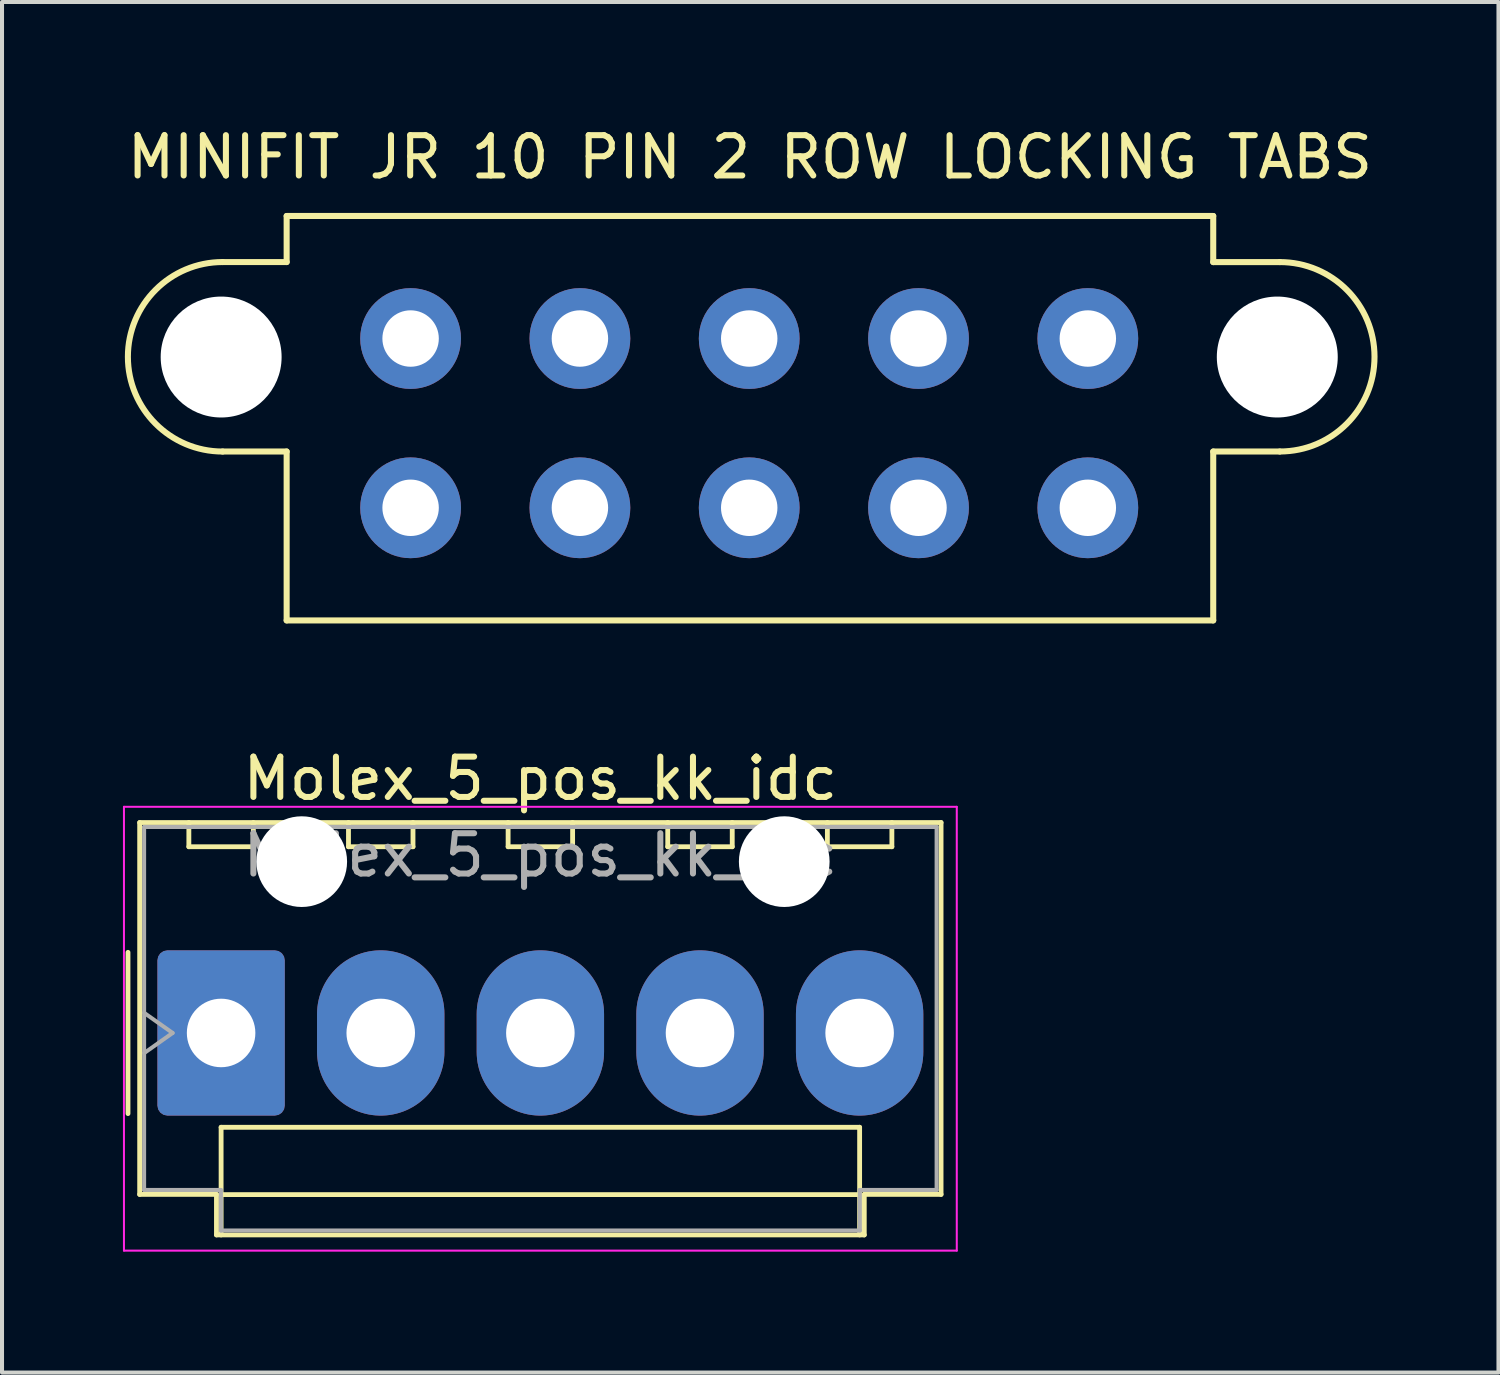
<source format=kicad_pcb>
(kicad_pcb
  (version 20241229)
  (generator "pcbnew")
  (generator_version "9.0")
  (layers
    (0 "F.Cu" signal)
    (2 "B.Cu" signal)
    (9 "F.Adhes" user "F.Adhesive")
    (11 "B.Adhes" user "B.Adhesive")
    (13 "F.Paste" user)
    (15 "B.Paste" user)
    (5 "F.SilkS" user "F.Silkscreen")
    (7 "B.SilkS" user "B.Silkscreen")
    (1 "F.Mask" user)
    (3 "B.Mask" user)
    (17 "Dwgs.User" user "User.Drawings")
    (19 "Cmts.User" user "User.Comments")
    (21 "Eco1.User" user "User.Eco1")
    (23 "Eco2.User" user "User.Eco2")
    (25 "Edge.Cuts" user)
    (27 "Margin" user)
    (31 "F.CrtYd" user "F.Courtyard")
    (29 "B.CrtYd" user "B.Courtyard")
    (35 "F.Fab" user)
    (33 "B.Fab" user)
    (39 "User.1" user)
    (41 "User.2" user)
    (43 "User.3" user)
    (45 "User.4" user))
  (footprint "MINIFIT JR 10 PIN 2 ROW LOCKING TABS"
    (layer "F.Cu")
    (at 15.554 7.452)
    (property "Reference" "MINIFIT JR 10 PIN 2 ROW LOCKING TABS" (at 0 -6.604 0) (layer "F.SilkS") (effects (font (size 1 1) (thickness 0.15))))
    (attr through_hole)
    (fp_line (start -13.081 -4.001) (end -11.493 -4.001) (stroke (width 0.15) (type solid)) (layer "F.SilkS"))
    (fp_line (start -13.081 0.699) (end -11.493 0.699) (stroke (width 0.15) (type solid)) (layer "F.SilkS"))
    (fp_line (start -11.493 -4.001) (end -11.493 -5.144) (stroke (width 0.15) (type solid)) (layer "F.SilkS"))
    (fp_line (start -11.493 0.699) (end -11.493 4.889) (stroke (width 0.15) (type solid)) (layer "F.SilkS"))
    (fp_line (start 11.493 -5.144) (end -11.493 -5.144) (stroke (width 0.15) (type solid)) (layer "F.SilkS"))
    (fp_line (start 11.493 -4) (end 11.493 -5.144) (stroke (width 0.15) (type solid)) (layer "F.SilkS"))
    (fp_line (start 11.493 0.699) (end 11.493 4.889) (stroke (width 0.15) (type solid)) (layer "F.SilkS"))
    (fp_line (start 11.493 4.889) (end -11.493 4.889) (stroke (width 0.15) (type solid)) (layer "F.SilkS"))
    (fp_line (start 13.145 -4) (end 11.493 -4) (stroke (width 0.15) (type solid)) (layer "F.SilkS"))
    (fp_line (start 13.145 0.699) (end 11.493 0.699) (stroke (width 0.15) (type solid)) (layer "F.SilkS"))
    (fp_arc (start -13.081 0.699357) (mid -15.431357 -1.651) (end -13.081 -4.001357) (stroke (width 0.15) (type solid)) (layer "F.SilkS"))
    (fp_arc (start 13.1445 -4.0005) (mid 15.494 -1.651) (end 13.1445 0.6985) (stroke (width 0.15) (type solid)) (layer "F.SilkS"))
    (pad "" np_thru_hole circle (at -13.118 -1.645) (size 3 3) (drill 3) (layers "*.Cu" "*.Mask"))
    (pad "" np_thru_hole circle (at 13.082 -1.645) (size 3 3) (drill 3) (layers "*.Cu" "*.Mask"))
    (pad "1" thru_hole circle (at 8.382 2.095) (size 2.5 2.5) (drill 1.4) (layers "*.Cu" "*.Mask"))
    (pad "2" thru_hole circle (at 4.182 2.095) (size 2.5 2.5) (drill 1.4) (layers "*.Cu" "*.Mask"))
    (pad "3" thru_hole circle (at -0.018 2.095) (size 2.5 2.5) (drill 1.4) (layers "*.Cu" "*.Mask"))
    (pad "4" thru_hole circle (at -4.218 2.095) (size 2.5 2.5) (drill 1.4) (layers "*.Cu" "*.Mask"))
    (pad "5" thru_hole circle (at -8.418 2.095) (size 2.5 2.5) (drill 1.4) (layers "*.Cu" "*.Mask"))
    (pad "6" thru_hole circle (at 8.382 -2.104) (size 2.5 2.5) (drill 1.4) (layers "*.Cu" "*.Mask"))
    (pad "7" thru_hole circle (at 4.182 -2.104) (size 2.5 2.5) (drill 1.4) (layers "*.Cu" "*.Mask"))
    (pad "8" thru_hole circle (at -0.018 -2.104) (size 2.5 2.5) (drill 1.4) (layers "*.Cu" "*.Mask"))
    (pad "9" thru_hole circle (at -4.218 -2.104) (size 2.5 2.5) (drill 1.4) (layers "*.Cu" "*.Mask"))
    (pad "10" thru_hole circle (at -8.418 -2.104) (size 2.5 2.5) (drill 1.4) (layers "*.Cu" "*.Mask")))
  (footprint "Molex_5_pos_kk_idc"
    (layer "F.Cu")
    (at 2.435 22.575)
    (property "Reference" "Molex_5_pos_kk_idc" (at 7.92 -6.31 0) (layer "F.SilkS") (effects (font (size 1 1) (thickness 0.15))))
    (attr through_hole)
    (fp_line (start -2.31 -2) (end -2.31 2) (stroke (width 0.12) (type solid)) (layer "F.SilkS"))
    (fp_line (start -2.02 -5.22) (end 17.86 -5.22) (stroke (width 0.12) (type solid)) (layer "F.SilkS"))
    (fp_line (start -2.02 4.005) (end -2.02 -5.22) (stroke (width 0.12) (type solid)) (layer "F.SilkS"))
    (fp_line (start -0.8 -5.22) (end -0.8 -4.62) (stroke (width 0.12) (type solid)) (layer "F.SilkS"))
    (fp_line (start -0.8 -4.62) (end 0.8 -4.62) (stroke (width 0.12) (type solid)) (layer "F.SilkS"))
    (fp_line (start -0.115 4.005) (end -2.02 4.005) (stroke (width 0.12) (type solid)) (layer "F.SilkS"))
    (fp_line (start -0.115 5.01) (end -0.115 4.005) (stroke (width 0.12) (type solid)) (layer "F.SilkS"))
    (fp_line (start 0 2.34) (end 15.84 2.34) (stroke (width 0.12) (type solid)) (layer "F.SilkS"))
    (fp_line (start 0 4.01) (end 0 2.34) (stroke (width 0.12) (type solid)) (layer "F.SilkS"))
    (fp_line (start 0 4.01) (end 15.84 4.01) (stroke (width 0.12) (type solid)) (layer "F.SilkS"))
    (fp_line (start 0 5.01) (end 0 4.01) (stroke (width 0.12) (type solid)) (layer "F.SilkS"))
    (fp_line (start 0.8 -4.62) (end 0.8 -5.22) (stroke (width 0.12) (type solid)) (layer "F.SilkS"))
    (fp_line (start 3.16 -5.22) (end 3.16 -4.62) (stroke (width 0.12) (type solid)) (layer "F.SilkS"))
    (fp_line (start 3.16 -4.62) (end 4.76 -4.62) (stroke (width 0.12) (type solid)) (layer "F.SilkS"))
    (fp_line (start 4.76 -4.62) (end 4.76 -5.22) (stroke (width 0.12) (type solid)) (layer "F.SilkS"))
    (fp_line (start 7.12 -5.22) (end 7.12 -4.62) (stroke (width 0.12) (type solid)) (layer "F.SilkS"))
    (fp_line (start 7.12 -4.62) (end 8.72 -4.62) (stroke (width 0.12) (type solid)) (layer "F.SilkS"))
    (fp_line (start 8.72 -4.62) (end 8.72 -5.22) (stroke (width 0.12) (type solid)) (layer "F.SilkS"))
    (fp_line (start 11.08 -5.22) (end 11.08 -4.62) (stroke (width 0.12) (type solid)) (layer "F.SilkS"))
    (fp_line (start 11.08 -4.62) (end 12.68 -4.62) (stroke (width 0.12) (type solid)) (layer "F.SilkS"))
    (fp_line (start 12.68 -4.62) (end 12.68 -5.22) (stroke (width 0.12) (type solid)) (layer "F.SilkS"))
    (fp_line (start 15.04 -5.22) (end 15.04 -4.62) (stroke (width 0.12) (type solid)) (layer "F.SilkS"))
    (fp_line (start 15.04 -4.62) (end 16.64 -4.62) (stroke (width 0.12) (type solid)) (layer "F.SilkS"))
    (fp_line (start 15.84 2.34) (end 15.84 4.01) (stroke (width 0.12) (type solid)) (layer "F.SilkS"))
    (fp_line (start 15.84 4.01) (end 15.84 5.01) (stroke (width 0.12) (type solid)) (layer "F.SilkS"))
    (fp_line (start 15.955 4.005) (end 15.955 5.01) (stroke (width 0.12) (type solid)) (layer "F.SilkS"))
    (fp_line (start 15.955 5.01) (end -0.115 5.01) (stroke (width 0.12) (type solid)) (layer "F.SilkS"))
    (fp_line (start 16.64 -4.62) (end 16.64 -5.22) (stroke (width 0.12) (type solid)) (layer "F.SilkS"))
    (fp_line (start 17.86 -5.22) (end 17.86 4.005) (stroke (width 0.12) (type solid)) (layer "F.SilkS"))
    (fp_line (start 17.86 4.005) (end 15.955 4.005) (stroke (width 0.12) (type solid)) (layer "F.SilkS"))
    (fp_line (start -2.41 -5.61) (end -2.41 5.4) (stroke (width 0.05) (type solid)) (layer "F.CrtYd"))
    (fp_line (start -2.41 5.4) (end 18.25 5.4) (stroke (width 0.05) (type solid)) (layer "F.CrtYd"))
    (fp_line (start 18.25 -5.61) (end -2.41 -5.61) (stroke (width 0.05) (type solid)) (layer "F.CrtYd"))
    (fp_line (start 18.25 5.4) (end 18.25 -5.61) (stroke (width 0.05) (type solid)) (layer "F.CrtYd"))
    (fp_line (start -1.91 -5.11) (end 17.75 -5.11) (stroke (width 0.1) (type solid)) (layer "F.Fab"))
    (fp_line (start -1.91 -0.5) (end -1.203 0) (stroke (width 0.1) (type solid)) (layer "F.Fab"))
    (fp_line (start -1.91 3.895) (end -1.91 -5.11) (stroke (width 0.1) (type solid)) (layer "F.Fab"))
    (fp_line (start -1.203 0) (end -1.91 0.5) (stroke (width 0.1) (type solid)) (layer "F.Fab"))
    (fp_line (start -0.005 3.895) (end -1.91 3.895) (stroke (width 0.1) (type solid)) (layer "F.Fab"))
    (fp_line (start -0.005 4.9) (end -0.005 3.895) (stroke (width 0.1) (type solid)) (layer "F.Fab"))
    (fp_line (start 15.845 3.895) (end 15.845 4.9) (stroke (width 0.1) (type solid)) (layer "F.Fab"))
    (fp_line (start 15.845 4.9) (end -0.005 4.9) (stroke (width 0.1) (type solid)) (layer "F.Fab"))
    (fp_line (start 17.75 -5.11) (end 17.75 3.895) (stroke (width 0.1) (type solid)) (layer "F.Fab"))
    (fp_line (start 17.75 3.895) (end 15.845 3.895) (stroke (width 0.1) (type solid)) (layer "F.Fab"))
    (fp_text user "${REFERENCE}" (at 7.92 -4.41 0) (layer "F.Fab") (effects (font (size 1 1) (thickness 0.15))))
    (pad "" np_thru_hole circle (at 2 -4.25) (size 2.25 2.25) (drill 2.25) (layers "*.Cu" "*.Mask"))
    (pad "" np_thru_hole circle (at 13.97 -4.25) (size 2.25 2.25) (drill 2.25) (layers "*.Cu" "*.Mask"))
    (pad "1" thru_hole roundrect (at 0 0) (size 3.16 4.1) (drill 1.7) (layers "*.Cu" "*.Mask") (roundrect_rratio 0.079))
    (pad "2" thru_hole oval (at 3.96 0) (size 3.16 4.1) (drill 1.7) (layers "*.Cu" "*.Mask"))
    (pad "3" thru_hole oval (at 7.92 0) (size 3.16 4.1) (drill 1.7) (layers "*.Cu" "*.Mask"))
    (pad "4" thru_hole oval (at 11.88 0) (size 3.16 4.1) (drill 1.7) (layers "*.Cu" "*.Mask"))
    (pad "5" thru_hole oval (at 15.84 0) (size 3.16 4.1) (drill 1.7) (layers "*.Cu" "*.Mask")))
  (gr_rect
    (start -3 -3)
    (end 34.123 31)
    (stroke (width 0.1) (type default))
    (fill no)
    (layer "Edge.Cuts")))
</source>
